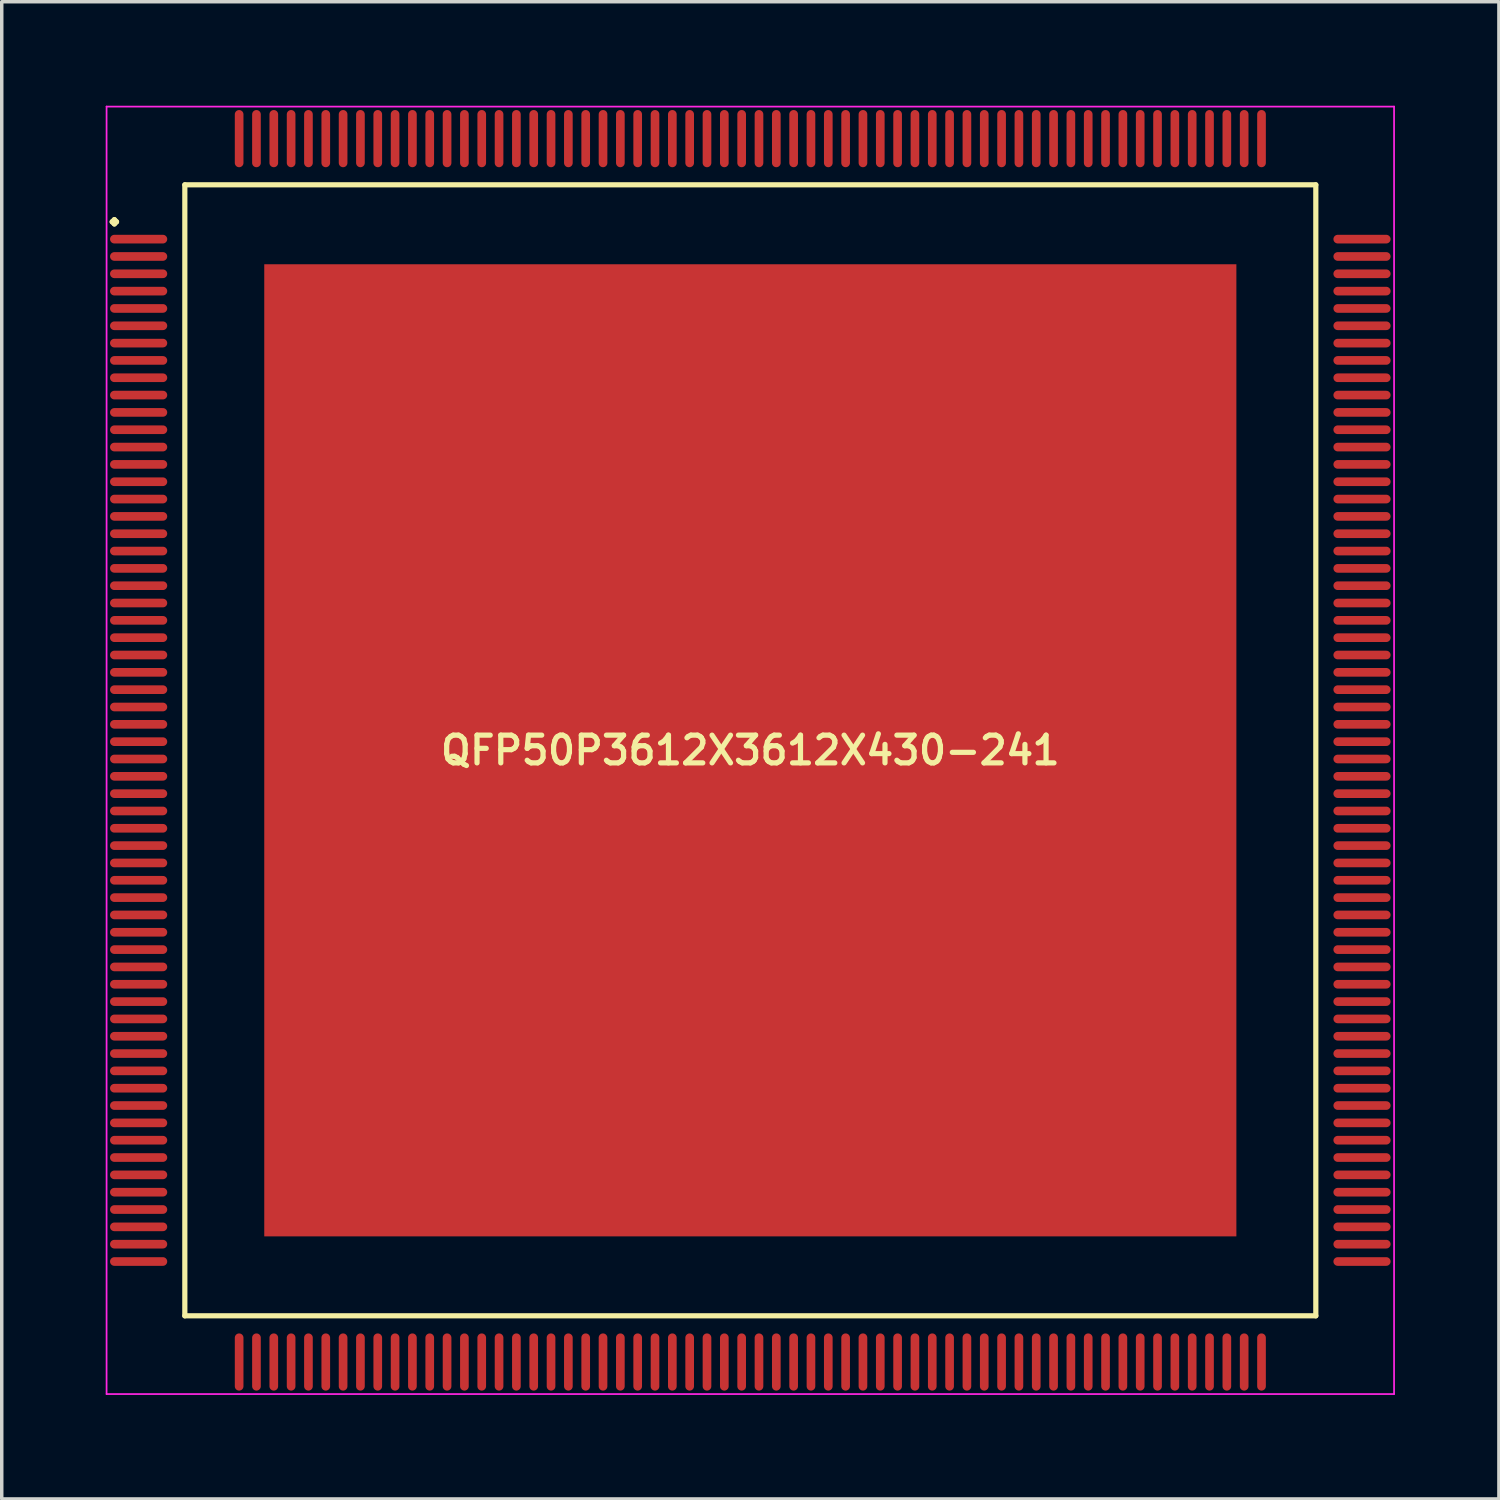
<source format=kicad_pcb>
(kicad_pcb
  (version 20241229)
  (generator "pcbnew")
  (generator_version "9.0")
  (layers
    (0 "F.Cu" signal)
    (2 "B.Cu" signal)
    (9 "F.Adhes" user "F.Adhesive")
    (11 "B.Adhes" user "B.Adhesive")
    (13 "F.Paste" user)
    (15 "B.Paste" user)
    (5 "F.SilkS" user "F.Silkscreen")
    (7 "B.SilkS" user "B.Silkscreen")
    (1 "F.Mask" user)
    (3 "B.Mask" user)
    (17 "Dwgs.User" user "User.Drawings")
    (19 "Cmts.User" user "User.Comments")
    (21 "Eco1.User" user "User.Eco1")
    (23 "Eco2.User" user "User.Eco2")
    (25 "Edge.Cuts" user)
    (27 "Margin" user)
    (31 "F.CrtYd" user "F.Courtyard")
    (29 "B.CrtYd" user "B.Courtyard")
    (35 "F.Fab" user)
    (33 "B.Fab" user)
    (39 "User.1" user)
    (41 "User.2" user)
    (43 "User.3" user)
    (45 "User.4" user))
  (footprint "QFP50P3612X3612X430-241"
    (layer "F.Cu")
    (at 18.6 18.6)
    (property "Reference" "QFP50P3612X3612X430-241" (at 0 0 0) (layer "F.SilkS") (effects (font (size 0.8 0.8) (thickness 0.15))))
    (attr smd)
    (fp_line (start -18.413 -15.25) (end -18.35 -15.312) (stroke (width 0.15) (type solid)) (layer "F.SilkS"))
    (fp_line (start -18.35 -15.312) (end -18.288 -15.25) (stroke (width 0.15) (type solid)) (layer "F.SilkS"))
    (fp_line (start -18.35 -15.188) (end -18.413 -15.25) (stroke (width 0.15) (type solid)) (layer "F.SilkS"))
    (fp_line (start -18.288 -15.25) (end -18.35 -15.188) (stroke (width 0.15) (type solid)) (layer "F.SilkS"))
    (fp_line (start -16.317 -16.317) (end -16.317 16.317) (stroke (width 0.15) (type solid)) (layer "F.SilkS"))
    (fp_line (start -16.317 16.317) (end 16.317 16.317) (stroke (width 0.15) (type solid)) (layer "F.SilkS"))
    (fp_line (start 16.317 -16.317) (end -16.317 -16.317) (stroke (width 0.15) (type solid)) (layer "F.SilkS"))
    (fp_line (start 16.317 16.317) (end 16.317 -16.317) (stroke (width 0.15) (type solid)) (layer "F.SilkS"))
    (fp_line (start -18.575 -18.575) (end 18.575 -18.575) (stroke (width 0.05) (type solid)) (layer "F.CrtYd"))
    (fp_line (start -18.575 18.575) (end -18.575 -18.575) (stroke (width 0.05) (type solid)) (layer "F.CrtYd"))
    (fp_line (start 18.575 -18.575) (end 18.575 18.575) (stroke (width 0.05) (type solid)) (layer "F.CrtYd"))
    (fp_line (start 18.575 18.575) (end -18.575 18.575) (stroke (width 0.05) (type solid)) (layer "F.CrtYd"))
    (pad "1" smd oval (at -17.65 -14.75) (size 1.65 0.25) (layers "F.Cu" "F.Mask" "F.Paste"))
    (pad "2" smd oval (at -17.65 -14.25) (size 1.65 0.25) (layers "F.Cu" "F.Mask" "F.Paste"))
    (pad "3" smd oval (at -17.65 -13.75) (size 1.65 0.25) (layers "F.Cu" "F.Mask" "F.Paste"))
    (pad "4" smd oval (at -17.65 -13.25) (size 1.65 0.25) (layers "F.Cu" "F.Mask" "F.Paste"))
    (pad "5" smd oval (at -17.65 -12.75) (size 1.65 0.25) (layers "F.Cu" "F.Mask" "F.Paste"))
    (pad "6" smd oval (at -17.65 -12.25) (size 1.65 0.25) (layers "F.Cu" "F.Mask" "F.Paste"))
    (pad "7" smd oval (at -17.65 -11.75) (size 1.65 0.25) (layers "F.Cu" "F.Mask" "F.Paste"))
    (pad "8" smd oval (at -17.65 -11.25) (size 1.65 0.25) (layers "F.Cu" "F.Mask" "F.Paste"))
    (pad "9" smd oval (at -17.65 -10.75) (size 1.65 0.25) (layers "F.Cu" "F.Mask" "F.Paste"))
    (pad "10" smd oval (at -17.65 -10.25) (size 1.65 0.25) (layers "F.Cu" "F.Mask" "F.Paste"))
    (pad "11" smd oval (at -17.65 -9.75) (size 1.65 0.25) (layers "F.Cu" "F.Mask" "F.Paste"))
    (pad "12" smd oval (at -17.65 -9.25) (size 1.65 0.25) (layers "F.Cu" "F.Mask" "F.Paste"))
    (pad "13" smd oval (at -17.65 -8.75) (size 1.65 0.25) (layers "F.Cu" "F.Mask" "F.Paste"))
    (pad "14" smd oval (at -17.65 -8.25) (size 1.65 0.25) (layers "F.Cu" "F.Mask" "F.Paste"))
    (pad "15" smd oval (at -17.65 -7.75) (size 1.65 0.25) (layers "F.Cu" "F.Mask" "F.Paste"))
    (pad "16" smd oval (at -17.65 -7.25) (size 1.65 0.25) (layers "F.Cu" "F.Mask" "F.Paste"))
    (pad "17" smd oval (at -17.65 -6.75) (size 1.65 0.25) (layers "F.Cu" "F.Mask" "F.Paste"))
    (pad "18" smd oval (at -17.65 -6.25) (size 1.65 0.25) (layers "F.Cu" "F.Mask" "F.Paste"))
    (pad "19" smd oval (at -17.65 -5.75) (size 1.65 0.25) (layers "F.Cu" "F.Mask" "F.Paste"))
    (pad "20" smd oval (at -17.65 -5.25) (size 1.65 0.25) (layers "F.Cu" "F.Mask" "F.Paste"))
    (pad "21" smd oval (at -17.65 -4.75) (size 1.65 0.25) (layers "F.Cu" "F.Mask" "F.Paste"))
    (pad "22" smd oval (at -17.65 -4.25) (size 1.65 0.25) (layers "F.Cu" "F.Mask" "F.Paste"))
    (pad "23" smd oval (at -17.65 -3.75) (size 1.65 0.25) (layers "F.Cu" "F.Mask" "F.Paste"))
    (pad "24" smd oval (at -17.65 -3.25) (size 1.65 0.25) (layers "F.Cu" "F.Mask" "F.Paste"))
    (pad "25" smd oval (at -17.65 -2.75) (size 1.65 0.25) (layers "F.Cu" "F.Mask" "F.Paste"))
    (pad "26" smd oval (at -17.65 -2.25) (size 1.65 0.25) (layers "F.Cu" "F.Mask" "F.Paste"))
    (pad "27" smd oval (at -17.65 -1.75) (size 1.65 0.25) (layers "F.Cu" "F.Mask" "F.Paste"))
    (pad "28" smd oval (at -17.65 -1.25) (size 1.65 0.25) (layers "F.Cu" "F.Mask" "F.Paste"))
    (pad "29" smd oval (at -17.65 -0.75) (size 1.65 0.25) (layers "F.Cu" "F.Mask" "F.Paste"))
    (pad "30" smd oval (at -17.65 -0.25) (size 1.65 0.25) (layers "F.Cu" "F.Mask" "F.Paste"))
    (pad "31" smd oval (at -17.65 0.25) (size 1.65 0.25) (layers "F.Cu" "F.Mask" "F.Paste"))
    (pad "32" smd oval (at -17.65 0.75) (size 1.65 0.25) (layers "F.Cu" "F.Mask" "F.Paste"))
    (pad "33" smd oval (at -17.65 1.25) (size 1.65 0.25) (layers "F.Cu" "F.Mask" "F.Paste"))
    (pad "34" smd oval (at -17.65 1.75) (size 1.65 0.25) (layers "F.Cu" "F.Mask" "F.Paste"))
    (pad "35" smd oval (at -17.65 2.25) (size 1.65 0.25) (layers "F.Cu" "F.Mask" "F.Paste"))
    (pad "36" smd oval (at -17.65 2.75) (size 1.65 0.25) (layers "F.Cu" "F.Mask" "F.Paste"))
    (pad "37" smd oval (at -17.65 3.25) (size 1.65 0.25) (layers "F.Cu" "F.Mask" "F.Paste"))
    (pad "38" smd oval (at -17.65 3.75) (size 1.65 0.25) (layers "F.Cu" "F.Mask" "F.Paste"))
    (pad "39" smd oval (at -17.65 4.25) (size 1.65 0.25) (layers "F.Cu" "F.Mask" "F.Paste"))
    (pad "40" smd oval (at -17.65 4.75) (size 1.65 0.25) (layers "F.Cu" "F.Mask" "F.Paste"))
    (pad "41" smd oval (at -17.65 5.25) (size 1.65 0.25) (layers "F.Cu" "F.Mask" "F.Paste"))
    (pad "42" smd oval (at -17.65 5.75) (size 1.65 0.25) (layers "F.Cu" "F.Mask" "F.Paste"))
    (pad "43" smd oval (at -17.65 6.25) (size 1.65 0.25) (layers "F.Cu" "F.Mask" "F.Paste"))
    (pad "44" smd oval (at -17.65 6.75) (size 1.65 0.25) (layers "F.Cu" "F.Mask" "F.Paste"))
    (pad "45" smd oval (at -17.65 7.25) (size 1.65 0.25) (layers "F.Cu" "F.Mask" "F.Paste"))
    (pad "46" smd oval (at -17.65 7.75) (size 1.65 0.25) (layers "F.Cu" "F.Mask" "F.Paste"))
    (pad "47" smd oval (at -17.65 8.25) (size 1.65 0.25) (layers "F.Cu" "F.Mask" "F.Paste"))
    (pad "48" smd oval (at -17.65 8.75) (size 1.65 0.25) (layers "F.Cu" "F.Mask" "F.Paste"))
    (pad "49" smd oval (at -17.65 9.25) (size 1.65 0.25) (layers "F.Cu" "F.Mask" "F.Paste"))
    (pad "50" smd oval (at -17.65 9.75) (size 1.65 0.25) (layers "F.Cu" "F.Mask" "F.Paste"))
    (pad "51" smd oval (at -17.65 10.25) (size 1.65 0.25) (layers "F.Cu" "F.Mask" "F.Paste"))
    (pad "52" smd oval (at -17.65 10.75) (size 1.65 0.25) (layers "F.Cu" "F.Mask" "F.Paste"))
    (pad "53" smd oval (at -17.65 11.25) (size 1.65 0.25) (layers "F.Cu" "F.Mask" "F.Paste"))
    (pad "54" smd oval (at -17.65 11.75) (size 1.65 0.25) (layers "F.Cu" "F.Mask" "F.Paste"))
    (pad "55" smd oval (at -17.65 12.25) (size 1.65 0.25) (layers "F.Cu" "F.Mask" "F.Paste"))
    (pad "56" smd oval (at -17.65 12.75) (size 1.65 0.25) (layers "F.Cu" "F.Mask" "F.Paste"))
    (pad "57" smd oval (at -17.65 13.25) (size 1.65 0.25) (layers "F.Cu" "F.Mask" "F.Paste"))
    (pad "58" smd oval (at -17.65 13.75) (size 1.65 0.25) (layers "F.Cu" "F.Mask" "F.Paste"))
    (pad "59" smd oval (at -17.65 14.25) (size 1.65 0.25) (layers "F.Cu" "F.Mask" "F.Paste"))
    (pad "60" smd oval (at -17.65 14.75) (size 1.65 0.25) (layers "F.Cu" "F.Mask" "F.Paste"))
    (pad "61" smd oval (at -14.75 17.65) (size 0.25 1.65) (layers "F.Cu" "F.Mask" "F.Paste"))
    (pad "62" smd oval (at -14.25 17.65) (size 0.25 1.65) (layers "F.Cu" "F.Mask" "F.Paste"))
    (pad "63" smd oval (at -13.75 17.65) (size 0.25 1.65) (layers "F.Cu" "F.Mask" "F.Paste"))
    (pad "64" smd oval (at -13.25 17.65) (size 0.25 1.65) (layers "F.Cu" "F.Mask" "F.Paste"))
    (pad "65" smd oval (at -12.75 17.65) (size 0.25 1.65) (layers "F.Cu" "F.Mask" "F.Paste"))
    (pad "66" smd oval (at -12.25 17.65) (size 0.25 1.65) (layers "F.Cu" "F.Mask" "F.Paste"))
    (pad "67" smd oval (at -11.75 17.65) (size 0.25 1.65) (layers "F.Cu" "F.Mask" "F.Paste"))
    (pad "68" smd oval (at -11.25 17.65) (size 0.25 1.65) (layers "F.Cu" "F.Mask" "F.Paste"))
    (pad "69" smd oval (at -10.75 17.65) (size 0.25 1.65) (layers "F.Cu" "F.Mask" "F.Paste"))
    (pad "70" smd oval (at -10.25 17.65) (size 0.25 1.65) (layers "F.Cu" "F.Mask" "F.Paste"))
    (pad "71" smd oval (at -9.75 17.65) (size 0.25 1.65) (layers "F.Cu" "F.Mask" "F.Paste"))
    (pad "72" smd oval (at -9.25 17.65) (size 0.25 1.65) (layers "F.Cu" "F.Mask" "F.Paste"))
    (pad "73" smd oval (at -8.75 17.65) (size 0.25 1.65) (layers "F.Cu" "F.Mask" "F.Paste"))
    (pad "74" smd oval (at -8.25 17.65) (size 0.25 1.65) (layers "F.Cu" "F.Mask" "F.Paste"))
    (pad "75" smd oval (at -7.75 17.65) (size 0.25 1.65) (layers "F.Cu" "F.Mask" "F.Paste"))
    (pad "76" smd oval (at -7.25 17.65) (size 0.25 1.65) (layers "F.Cu" "F.Mask" "F.Paste"))
    (pad "77" smd oval (at -6.75 17.65) (size 0.25 1.65) (layers "F.Cu" "F.Mask" "F.Paste"))
    (pad "78" smd oval (at -6.25 17.65) (size 0.25 1.65) (layers "F.Cu" "F.Mask" "F.Paste"))
    (pad "79" smd oval (at -5.75 17.65) (size 0.25 1.65) (layers "F.Cu" "F.Mask" "F.Paste"))
    (pad "80" smd oval (at -5.25 17.65) (size 0.25 1.65) (layers "F.Cu" "F.Mask" "F.Paste"))
    (pad "81" smd oval (at -4.75 17.65) (size 0.25 1.65) (layers "F.Cu" "F.Mask" "F.Paste"))
    (pad "82" smd oval (at -4.25 17.65) (size 0.25 1.65) (layers "F.Cu" "F.Mask" "F.Paste"))
    (pad "83" smd oval (at -3.75 17.65) (size 0.25 1.65) (layers "F.Cu" "F.Mask" "F.Paste"))
    (pad "84" smd oval (at -3.25 17.65) (size 0.25 1.65) (layers "F.Cu" "F.Mask" "F.Paste"))
    (pad "85" smd oval (at -2.75 17.65) (size 0.25 1.65) (layers "F.Cu" "F.Mask" "F.Paste"))
    (pad "86" smd oval (at -2.25 17.65) (size 0.25 1.65) (layers "F.Cu" "F.Mask" "F.Paste"))
    (pad "87" smd oval (at -1.75 17.65) (size 0.25 1.65) (layers "F.Cu" "F.Mask" "F.Paste"))
    (pad "88" smd oval (at -1.25 17.65) (size 0.25 1.65) (layers "F.Cu" "F.Mask" "F.Paste"))
    (pad "89" smd oval (at -0.75 17.65) (size 0.25 1.65) (layers "F.Cu" "F.Mask" "F.Paste"))
    (pad "90" smd oval (at -0.25 17.65) (size 0.25 1.65) (layers "F.Cu" "F.Mask" "F.Paste"))
    (pad "91" smd oval (at 0.25 17.65) (size 0.25 1.65) (layers "F.Cu" "F.Mask" "F.Paste"))
    (pad "92" smd oval (at 0.75 17.65) (size 0.25 1.65) (layers "F.Cu" "F.Mask" "F.Paste"))
    (pad "93" smd oval (at 1.25 17.65) (size 0.25 1.65) (layers "F.Cu" "F.Mask" "F.Paste"))
    (pad "94" smd oval (at 1.75 17.65) (size 0.25 1.65) (layers "F.Cu" "F.Mask" "F.Paste"))
    (pad "95" smd oval (at 2.25 17.65) (size 0.25 1.65) (layers "F.Cu" "F.Mask" "F.Paste"))
    (pad "96" smd oval (at 2.75 17.65) (size 0.25 1.65) (layers "F.Cu" "F.Mask" "F.Paste"))
    (pad "97" smd oval (at 3.25 17.65) (size 0.25 1.65) (layers "F.Cu" "F.Mask" "F.Paste"))
    (pad "98" smd oval (at 3.75 17.65) (size 0.25 1.65) (layers "F.Cu" "F.Mask" "F.Paste"))
    (pad "99" smd oval (at 4.25 17.65) (size 0.25 1.65) (layers "F.Cu" "F.Mask" "F.Paste"))
    (pad "100" smd oval (at 4.75 17.65) (size 0.25 1.65) (layers "F.Cu" "F.Mask" "F.Paste"))
    (pad "101" smd oval (at 5.25 17.65) (size 0.25 1.65) (layers "F.Cu" "F.Mask" "F.Paste"))
    (pad "102" smd oval (at 5.75 17.65) (size 0.25 1.65) (layers "F.Cu" "F.Mask" "F.Paste"))
    (pad "103" smd oval (at 6.25 17.65) (size 0.25 1.65) (layers "F.Cu" "F.Mask" "F.Paste"))
    (pad "104" smd oval (at 6.75 17.65) (size 0.25 1.65) (layers "F.Cu" "F.Mask" "F.Paste"))
    (pad "105" smd oval (at 7.25 17.65) (size 0.25 1.65) (layers "F.Cu" "F.Mask" "F.Paste"))
    (pad "106" smd oval (at 7.75 17.65) (size 0.25 1.65) (layers "F.Cu" "F.Mask" "F.Paste"))
    (pad "107" smd oval (at 8.25 17.65) (size 0.25 1.65) (layers "F.Cu" "F.Mask" "F.Paste"))
    (pad "108" smd oval (at 8.75 17.65) (size 0.25 1.65) (layers "F.Cu" "F.Mask" "F.Paste"))
    (pad "109" smd oval (at 9.25 17.65) (size 0.25 1.65) (layers "F.Cu" "F.Mask" "F.Paste"))
    (pad "110" smd oval (at 9.75 17.65) (size 0.25 1.65) (layers "F.Cu" "F.Mask" "F.Paste"))
    (pad "111" smd oval (at 10.25 17.65) (size 0.25 1.65) (layers "F.Cu" "F.Mask" "F.Paste"))
    (pad "112" smd oval (at 10.75 17.65) (size 0.25 1.65) (layers "F.Cu" "F.Mask" "F.Paste"))
    (pad "113" smd oval (at 11.25 17.65) (size 0.25 1.65) (layers "F.Cu" "F.Mask" "F.Paste"))
    (pad "114" smd oval (at 11.75 17.65) (size 0.25 1.65) (layers "F.Cu" "F.Mask" "F.Paste"))
    (pad "115" smd oval (at 12.25 17.65) (size 0.25 1.65) (layers "F.Cu" "F.Mask" "F.Paste"))
    (pad "116" smd oval (at 12.75 17.65) (size 0.25 1.65) (layers "F.Cu" "F.Mask" "F.Paste"))
    (pad "117" smd oval (at 13.25 17.65) (size 0.25 1.65) (layers "F.Cu" "F.Mask" "F.Paste"))
    (pad "118" smd oval (at 13.75 17.65) (size 0.25 1.65) (layers "F.Cu" "F.Mask" "F.Paste"))
    (pad "119" smd oval (at 14.25 17.65) (size 0.25 1.65) (layers "F.Cu" "F.Mask" "F.Paste"))
    (pad "120" smd oval (at 14.75 17.65) (size 0.25 1.65) (layers "F.Cu" "F.Mask" "F.Paste"))
    (pad "121" smd oval (at 17.65 14.75) (size 1.65 0.25) (layers "F.Cu" "F.Mask" "F.Paste"))
    (pad "122" smd oval (at 17.65 14.25) (size 1.65 0.25) (layers "F.Cu" "F.Mask" "F.Paste"))
    (pad "123" smd oval (at 17.65 13.75) (size 1.65 0.25) (layers "F.Cu" "F.Mask" "F.Paste"))
    (pad "124" smd oval (at 17.65 13.25) (size 1.65 0.25) (layers "F.Cu" "F.Mask" "F.Paste"))
    (pad "125" smd oval (at 17.65 12.75) (size 1.65 0.25) (layers "F.Cu" "F.Mask" "F.Paste"))
    (pad "126" smd oval (at 17.65 12.25) (size 1.65 0.25) (layers "F.Cu" "F.Mask" "F.Paste"))
    (pad "127" smd oval (at 17.65 11.75) (size 1.65 0.25) (layers "F.Cu" "F.Mask" "F.Paste"))
    (pad "128" smd oval (at 17.65 11.25) (size 1.65 0.25) (layers "F.Cu" "F.Mask" "F.Paste"))
    (pad "129" smd oval (at 17.65 10.75) (size 1.65 0.25) (layers "F.Cu" "F.Mask" "F.Paste"))
    (pad "130" smd oval (at 17.65 10.25) (size 1.65 0.25) (layers "F.Cu" "F.Mask" "F.Paste"))
    (pad "131" smd oval (at 17.65 9.75) (size 1.65 0.25) (layers "F.Cu" "F.Mask" "F.Paste"))
    (pad "132" smd oval (at 17.65 9.25) (size 1.65 0.25) (layers "F.Cu" "F.Mask" "F.Paste"))
    (pad "133" smd oval (at 17.65 8.75) (size 1.65 0.25) (layers "F.Cu" "F.Mask" "F.Paste"))
    (pad "134" smd oval (at 17.65 8.25) (size 1.65 0.25) (layers "F.Cu" "F.Mask" "F.Paste"))
    (pad "135" smd oval (at 17.65 7.75) (size 1.65 0.25) (layers "F.Cu" "F.Mask" "F.Paste"))
    (pad "136" smd oval (at 17.65 7.25) (size 1.65 0.25) (layers "F.Cu" "F.Mask" "F.Paste"))
    (pad "137" smd oval (at 17.65 6.75) (size 1.65 0.25) (layers "F.Cu" "F.Mask" "F.Paste"))
    (pad "138" smd oval (at 17.65 6.25) (size 1.65 0.25) (layers "F.Cu" "F.Mask" "F.Paste"))
    (pad "139" smd oval (at 17.65 5.75) (size 1.65 0.25) (layers "F.Cu" "F.Mask" "F.Paste"))
    (pad "140" smd oval (at 17.65 5.25) (size 1.65 0.25) (layers "F.Cu" "F.Mask" "F.Paste"))
    (pad "141" smd oval (at 17.65 4.75) (size 1.65 0.25) (layers "F.Cu" "F.Mask" "F.Paste"))
    (pad "142" smd oval (at 17.65 4.25) (size 1.65 0.25) (layers "F.Cu" "F.Mask" "F.Paste"))
    (pad "143" smd oval (at 17.65 3.75) (size 1.65 0.25) (layers "F.Cu" "F.Mask" "F.Paste"))
    (pad "144" smd oval (at 17.65 3.25) (size 1.65 0.25) (layers "F.Cu" "F.Mask" "F.Paste"))
    (pad "145" smd oval (at 17.65 2.75) (size 1.65 0.25) (layers "F.Cu" "F.Mask" "F.Paste"))
    (pad "146" smd oval (at 17.65 2.25) (size 1.65 0.25) (layers "F.Cu" "F.Mask" "F.Paste"))
    (pad "147" smd oval (at 17.65 1.75) (size 1.65 0.25) (layers "F.Cu" "F.Mask" "F.Paste"))
    (pad "148" smd oval (at 17.65 1.25) (size 1.65 0.25) (layers "F.Cu" "F.Mask" "F.Paste"))
    (pad "149" smd oval (at 17.65 0.75) (size 1.65 0.25) (layers "F.Cu" "F.Mask" "F.Paste"))
    (pad "150" smd oval (at 17.65 0.25) (size 1.65 0.25) (layers "F.Cu" "F.Mask" "F.Paste"))
    (pad "151" smd oval (at 17.65 -0.25) (size 1.65 0.25) (layers "F.Cu" "F.Mask" "F.Paste"))
    (pad "152" smd oval (at 17.65 -0.75) (size 1.65 0.25) (layers "F.Cu" "F.Mask" "F.Paste"))
    (pad "153" smd oval (at 17.65 -1.25) (size 1.65 0.25) (layers "F.Cu" "F.Mask" "F.Paste"))
    (pad "154" smd oval (at 17.65 -1.75) (size 1.65 0.25) (layers "F.Cu" "F.Mask" "F.Paste"))
    (pad "155" smd oval (at 17.65 -2.25) (size 1.65 0.25) (layers "F.Cu" "F.Mask" "F.Paste"))
    (pad "156" smd oval (at 17.65 -2.75) (size 1.65 0.25) (layers "F.Cu" "F.Mask" "F.Paste"))
    (pad "157" smd oval (at 17.65 -3.25) (size 1.65 0.25) (layers "F.Cu" "F.Mask" "F.Paste"))
    (pad "158" smd oval (at 17.65 -3.75) (size 1.65 0.25) (layers "F.Cu" "F.Mask" "F.Paste"))
    (pad "159" smd oval (at 17.65 -4.25) (size 1.65 0.25) (layers "F.Cu" "F.Mask" "F.Paste"))
    (pad "160" smd oval (at 17.65 -4.75) (size 1.65 0.25) (layers "F.Cu" "F.Mask" "F.Paste"))
    (pad "161" smd oval (at 17.65 -5.25) (size 1.65 0.25) (layers "F.Cu" "F.Mask" "F.Paste"))
    (pad "162" smd oval (at 17.65 -5.75) (size 1.65 0.25) (layers "F.Cu" "F.Mask" "F.Paste"))
    (pad "163" smd oval (at 17.65 -6.25) (size 1.65 0.25) (layers "F.Cu" "F.Mask" "F.Paste"))
    (pad "164" smd oval (at 17.65 -6.75) (size 1.65 0.25) (layers "F.Cu" "F.Mask" "F.Paste"))
    (pad "165" smd oval (at 17.65 -7.25) (size 1.65 0.25) (layers "F.Cu" "F.Mask" "F.Paste"))
    (pad "166" smd oval (at 17.65 -7.75) (size 1.65 0.25) (layers "F.Cu" "F.Mask" "F.Paste"))
    (pad "167" smd oval (at 17.65 -8.25) (size 1.65 0.25) (layers "F.Cu" "F.Mask" "F.Paste"))
    (pad "168" smd oval (at 17.65 -8.75) (size 1.65 0.25) (layers "F.Cu" "F.Mask" "F.Paste"))
    (pad "169" smd oval (at 17.65 -9.25) (size 1.65 0.25) (layers "F.Cu" "F.Mask" "F.Paste"))
    (pad "170" smd oval (at 17.65 -9.75) (size 1.65 0.25) (layers "F.Cu" "F.Mask" "F.Paste"))
    (pad "171" smd oval (at 17.65 -10.25) (size 1.65 0.25) (layers "F.Cu" "F.Mask" "F.Paste"))
    (pad "172" smd oval (at 17.65 -10.75) (size 1.65 0.25) (layers "F.Cu" "F.Mask" "F.Paste"))
    (pad "173" smd oval (at 17.65 -11.25) (size 1.65 0.25) (layers "F.Cu" "F.Mask" "F.Paste"))
    (pad "174" smd oval (at 17.65 -11.75) (size 1.65 0.25) (layers "F.Cu" "F.Mask" "F.Paste"))
    (pad "175" smd oval (at 17.65 -12.25) (size 1.65 0.25) (layers "F.Cu" "F.Mask" "F.Paste"))
    (pad "176" smd oval (at 17.65 -12.75) (size 1.65 0.25) (layers "F.Cu" "F.Mask" "F.Paste"))
    (pad "177" smd oval (at 17.65 -13.25) (size 1.65 0.25) (layers "F.Cu" "F.Mask" "F.Paste"))
    (pad "178" smd oval (at 17.65 -13.75) (size 1.65 0.25) (layers "F.Cu" "F.Mask" "F.Paste"))
    (pad "179" smd oval (at 17.65 -14.25) (size 1.65 0.25) (layers "F.Cu" "F.Mask" "F.Paste"))
    (pad "180" smd oval (at 17.65 -14.75) (size 1.65 0.25) (layers "F.Cu" "F.Mask" "F.Paste"))
    (pad "181" smd oval (at 14.75 -17.65) (size 0.25 1.65) (layers "F.Cu" "F.Mask" "F.Paste"))
    (pad "182" smd oval (at 14.25 -17.65) (size 0.25 1.65) (layers "F.Cu" "F.Mask" "F.Paste"))
    (pad "183" smd oval (at 13.75 -17.65) (size 0.25 1.65) (layers "F.Cu" "F.Mask" "F.Paste"))
    (pad "184" smd oval (at 13.25 -17.65) (size 0.25 1.65) (layers "F.Cu" "F.Mask" "F.Paste"))
    (pad "185" smd oval (at 12.75 -17.65) (size 0.25 1.65) (layers "F.Cu" "F.Mask" "F.Paste"))
    (pad "186" smd oval (at 12.25 -17.65) (size 0.25 1.65) (layers "F.Cu" "F.Mask" "F.Paste"))
    (pad "187" smd oval (at 11.75 -17.65) (size 0.25 1.65) (layers "F.Cu" "F.Mask" "F.Paste"))
    (pad "188" smd oval (at 11.25 -17.65) (size 0.25 1.65) (layers "F.Cu" "F.Mask" "F.Paste"))
    (pad "189" smd oval (at 10.75 -17.65) (size 0.25 1.65) (layers "F.Cu" "F.Mask" "F.Paste"))
    (pad "190" smd oval (at 10.25 -17.65) (size 0.25 1.65) (layers "F.Cu" "F.Mask" "F.Paste"))
    (pad "191" smd oval (at 9.75 -17.65) (size 0.25 1.65) (layers "F.Cu" "F.Mask" "F.Paste"))
    (pad "192" smd oval (at 9.25 -17.65) (size 0.25 1.65) (layers "F.Cu" "F.Mask" "F.Paste"))
    (pad "193" smd oval (at 8.75 -17.65) (size 0.25 1.65) (layers "F.Cu" "F.Mask" "F.Paste"))
    (pad "194" smd oval (at 8.25 -17.65) (size 0.25 1.65) (layers "F.Cu" "F.Mask" "F.Paste"))
    (pad "195" smd oval (at 7.75 -17.65) (size 0.25 1.65) (layers "F.Cu" "F.Mask" "F.Paste"))
    (pad "196" smd oval (at 7.25 -17.65) (size 0.25 1.65) (layers "F.Cu" "F.Mask" "F.Paste"))
    (pad "197" smd oval (at 6.75 -17.65) (size 0.25 1.65) (layers "F.Cu" "F.Mask" "F.Paste"))
    (pad "198" smd oval (at 6.25 -17.65) (size 0.25 1.65) (layers "F.Cu" "F.Mask" "F.Paste"))
    (pad "199" smd oval (at 5.75 -17.65) (size 0.25 1.65) (layers "F.Cu" "F.Mask" "F.Paste"))
    (pad "200" smd oval (at 5.25 -17.65) (size 0.25 1.65) (layers "F.Cu" "F.Mask" "F.Paste"))
    (pad "201" smd oval (at 4.75 -17.65) (size 0.25 1.65) (layers "F.Cu" "F.Mask" "F.Paste"))
    (pad "202" smd oval (at 4.25 -17.65) (size 0.25 1.65) (layers "F.Cu" "F.Mask" "F.Paste"))
    (pad "203" smd oval (at 3.75 -17.65) (size 0.25 1.65) (layers "F.Cu" "F.Mask" "F.Paste"))
    (pad "204" smd oval (at 3.25 -17.65) (size 0.25 1.65) (layers "F.Cu" "F.Mask" "F.Paste"))
    (pad "205" smd oval (at 2.75 -17.65) (size 0.25 1.65) (layers "F.Cu" "F.Mask" "F.Paste"))
    (pad "206" smd oval (at 2.25 -17.65) (size 0.25 1.65) (layers "F.Cu" "F.Mask" "F.Paste"))
    (pad "207" smd oval (at 1.75 -17.65) (size 0.25 1.65) (layers "F.Cu" "F.Mask" "F.Paste"))
    (pad "208" smd oval (at 1.25 -17.65) (size 0.25 1.65) (layers "F.Cu" "F.Mask" "F.Paste"))
    (pad "209" smd oval (at 0.75 -17.65) (size 0.25 1.65) (layers "F.Cu" "F.Mask" "F.Paste"))
    (pad "210" smd oval (at 0.25 -17.65) (size 0.25 1.65) (layers "F.Cu" "F.Mask" "F.Paste"))
    (pad "211" smd oval (at -0.25 -17.65) (size 0.25 1.65) (layers "F.Cu" "F.Mask" "F.Paste"))
    (pad "212" smd oval (at -0.75 -17.65) (size 0.25 1.65) (layers "F.Cu" "F.Mask" "F.Paste"))
    (pad "213" smd oval (at -1.25 -17.65) (size 0.25 1.65) (layers "F.Cu" "F.Mask" "F.Paste"))
    (pad "214" smd oval (at -1.75 -17.65) (size 0.25 1.65) (layers "F.Cu" "F.Mask" "F.Paste"))
    (pad "215" smd oval (at -2.25 -17.65) (size 0.25 1.65) (layers "F.Cu" "F.Mask" "F.Paste"))
    (pad "216" smd oval (at -2.75 -17.65) (size 0.25 1.65) (layers "F.Cu" "F.Mask" "F.Paste"))
    (pad "217" smd oval (at -3.25 -17.65) (size 0.25 1.65) (layers "F.Cu" "F.Mask" "F.Paste"))
    (pad "218" smd oval (at -3.75 -17.65) (size 0.25 1.65) (layers "F.Cu" "F.Mask" "F.Paste"))
    (pad "219" smd oval (at -4.25 -17.65) (size 0.25 1.65) (layers "F.Cu" "F.Mask" "F.Paste"))
    (pad "220" smd oval (at -4.75 -17.65) (size 0.25 1.65) (layers "F.Cu" "F.Mask" "F.Paste"))
    (pad "221" smd oval (at -5.25 -17.65) (size 0.25 1.65) (layers "F.Cu" "F.Mask" "F.Paste"))
    (pad "222" smd oval (at -5.75 -17.65) (size 0.25 1.65) (layers "F.Cu" "F.Mask" "F.Paste"))
    (pad "223" smd oval (at -6.25 -17.65) (size 0.25 1.65) (layers "F.Cu" "F.Mask" "F.Paste"))
    (pad "224" smd oval (at -6.75 -17.65) (size 0.25 1.65) (layers "F.Cu" "F.Mask" "F.Paste"))
    (pad "225" smd oval (at -7.25 -17.65) (size 0.25 1.65) (layers "F.Cu" "F.Mask" "F.Paste"))
    (pad "226" smd oval (at -7.75 -17.65) (size 0.25 1.65) (layers "F.Cu" "F.Mask" "F.Paste"))
    (pad "227" smd oval (at -8.25 -17.65) (size 0.25 1.65) (layers "F.Cu" "F.Mask" "F.Paste"))
    (pad "228" smd oval (at -8.75 -17.65) (size 0.25 1.65) (layers "F.Cu" "F.Mask" "F.Paste"))
    (pad "229" smd oval (at -9.25 -17.65) (size 0.25 1.65) (layers "F.Cu" "F.Mask" "F.Paste"))
    (pad "230" smd oval (at -9.75 -17.65) (size 0.25 1.65) (layers "F.Cu" "F.Mask" "F.Paste"))
    (pad "231" smd oval (at -10.25 -17.65) (size 0.25 1.65) (layers "F.Cu" "F.Mask" "F.Paste"))
    (pad "232" smd oval (at -10.75 -17.65) (size 0.25 1.65) (layers "F.Cu" "F.Mask" "F.Paste"))
    (pad "233" smd oval (at -11.25 -17.65) (size 0.25 1.65) (layers "F.Cu" "F.Mask" "F.Paste"))
    (pad "234" smd oval (at -11.75 -17.65) (size 0.25 1.65) (layers "F.Cu" "F.Mask" "F.Paste"))
    (pad "235" smd oval (at -12.25 -17.65) (size 0.25 1.65) (layers "F.Cu" "F.Mask" "F.Paste"))
    (pad "236" smd oval (at -12.75 -17.65) (size 0.25 1.65) (layers "F.Cu" "F.Mask" "F.Paste"))
    (pad "237" smd oval (at -13.25 -17.65) (size 0.25 1.65) (layers "F.Cu" "F.Mask" "F.Paste"))
    (pad "238" smd oval (at -13.75 -17.65) (size 0.25 1.65) (layers "F.Cu" "F.Mask" "F.Paste"))
    (pad "239" smd oval (at -14.25 -17.65) (size 0.25 1.65) (layers "F.Cu" "F.Mask" "F.Paste"))
    (pad "240" smd oval (at -14.75 -17.65) (size 0.25 1.65) (layers "F.Cu" "F.Mask" "F.Paste"))
    (pad "241" smd rect (at 0 0) (size 28.05 28.05) (layers "F.Cu" "F.Mask" "F.Paste")))
  (gr_rect
    (start -3 -3)
    (end 40.2 40.2)
    (stroke (width 0.1) (type default))
    (fill no)
    (layer "Edge.Cuts")))
</source>
